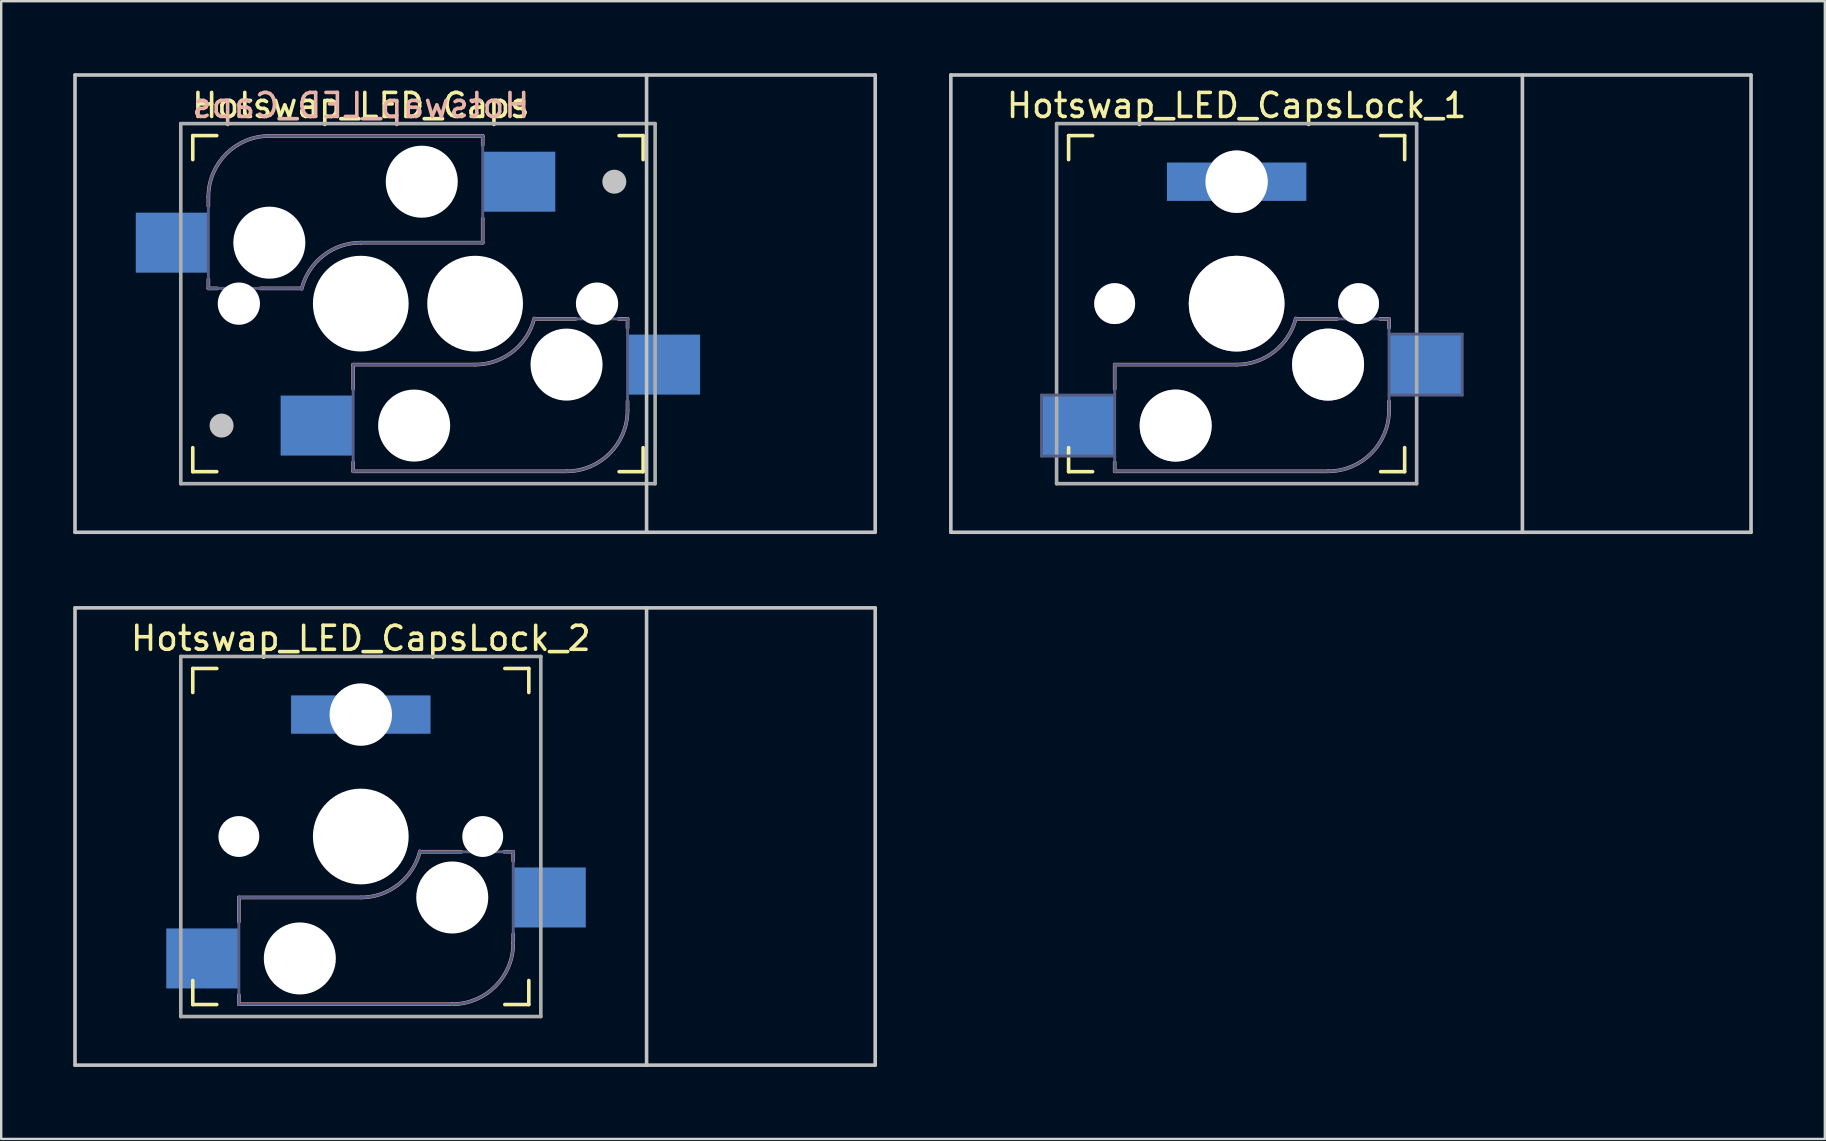
<source format=kicad_pcb>
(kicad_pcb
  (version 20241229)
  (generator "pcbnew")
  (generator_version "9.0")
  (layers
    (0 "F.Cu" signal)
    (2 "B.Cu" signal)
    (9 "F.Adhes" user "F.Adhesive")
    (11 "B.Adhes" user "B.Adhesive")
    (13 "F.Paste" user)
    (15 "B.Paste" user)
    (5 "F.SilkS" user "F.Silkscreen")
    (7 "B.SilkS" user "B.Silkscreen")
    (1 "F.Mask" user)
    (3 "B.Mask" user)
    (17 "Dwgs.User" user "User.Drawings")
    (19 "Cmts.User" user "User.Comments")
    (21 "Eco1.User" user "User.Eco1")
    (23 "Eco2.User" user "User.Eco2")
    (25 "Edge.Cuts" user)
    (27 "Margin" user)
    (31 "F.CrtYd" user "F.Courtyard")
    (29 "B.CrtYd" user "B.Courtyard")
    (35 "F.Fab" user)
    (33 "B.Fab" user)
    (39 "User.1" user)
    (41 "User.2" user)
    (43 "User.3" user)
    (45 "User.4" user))
  (footprint "Hotswap_LED_Caps"
    (layer "F.Cu")
    (at 11.981 9.6)
    (property "Reference" "Hotswap_LED_Caps" (at 0 -8.255 0) (layer "F.SilkS") (effects (font (size 1 1) (thickness 0.15))))
    (attr through_hole)
    (fp_line (start -7 -6) (end -7 -7) (stroke (width 0.15) (type solid)) (layer "F.SilkS"))
    (fp_line (start -7 7) (end -7 6) (stroke (width 0.15) (type solid)) (layer "F.SilkS"))
    (fp_line (start -7 7) (end -6 7) (stroke (width 0.15) (type solid)) (layer "F.SilkS"))
    (fp_line (start -6 -7) (end -7 -7) (stroke (width 0.15) (type solid)) (layer "F.SilkS"))
    (fp_line (start 10.762 7) (end 11.762 7) (stroke (width 0.15) (type solid)) (layer "F.SilkS"))
    (fp_line (start 11.762 -7) (end 10.762 -7) (stroke (width 0.15) (type solid)) (layer "F.SilkS"))
    (fp_line (start 11.762 -7) (end 11.762 -6) (stroke (width 0.15) (type solid)) (layer "F.SilkS"))
    (fp_line (start 11.762 6) (end 11.762 7) (stroke (width 0.15) (type solid)) (layer "F.SilkS"))
    (fp_line (start -6.35 -4.445) (end -6.35 -4.064) (stroke (width 0.15) (type solid)) (layer "B.SilkS"))
    (fp_line (start -6.35 -1.016) (end -6.35 -0.635) (stroke (width 0.15) (type solid)) (layer "B.SilkS"))
    (fp_line (start -6.35 -0.635) (end -5.969 -0.635) (stroke (width 0.15) (type solid)) (layer "B.SilkS"))
    (fp_line (start -4.191 -0.635) (end -2.54 -0.635) (stroke (width 0.15) (type solid)) (layer "B.SilkS"))
    (fp_line (start -0.318 2.54) (end -0.318 3.556) (stroke (width 0.15) (type solid)) (layer "B.SilkS"))
    (fp_line (start -0.318 6.604) (end -0.318 6.985) (stroke (width 0.15) (type solid)) (layer "B.SilkS"))
    (fp_line (start -0.318 6.985) (end 8.572 6.985) (stroke (width 0.15) (type solid)) (layer "B.SilkS"))
    (fp_line (start 0 -2.54) (end 5.08 -2.54) (stroke (width 0.15) (type solid)) (layer "B.SilkS"))
    (fp_line (start 4.763 2.54) (end -0.318 2.54) (stroke (width 0.15) (type solid)) (layer "B.SilkS"))
    (fp_line (start 5.08 -6.985) (end -3.81 -6.985) (stroke (width 0.15) (type solid)) (layer "B.SilkS"))
    (fp_line (start 5.08 -6.604) (end 5.08 -6.985) (stroke (width 0.15) (type solid)) (layer "B.SilkS"))
    (fp_line (start 5.08 -2.54) (end 5.08 -3.556) (stroke (width 0.15) (type solid)) (layer "B.SilkS"))
    (fp_line (start 8.954 0.635) (end 7.303 0.635) (stroke (width 0.15) (type solid)) (layer "B.SilkS"))
    (fp_line (start 11.113 0.635) (end 10.732 0.635) (stroke (width 0.15) (type solid)) (layer "B.SilkS"))
    (fp_line (start 11.113 1.016) (end 11.113 0.635) (stroke (width 0.15) (type solid)) (layer "B.SilkS"))
    (fp_line (start 11.113 4.445) (end 11.113 4.064) (stroke (width 0.15) (type solid)) (layer "B.SilkS"))
    (fp_arc (start -6.35 -4.445) (mid -5.606051 -6.241051) (end -3.81 -6.985) (stroke (width 0.15) (type solid)) (layer "B.SilkS"))
    (fp_arc (start -2.464162 -0.61604) (mid -1.563147 -2.002042) (end 0 -2.54) (stroke (width 0.15) (type solid)) (layer "B.SilkS"))
    (fp_arc (start 7.226662 0.61604) (mid 6.325647 2.002042) (end 4.7625 2.54) (stroke (width 0.15) (type solid)) (layer "B.SilkS"))
    (fp_arc (start 11.1125 4.445) (mid 10.368551 6.241051) (end 8.5725 6.985) (stroke (width 0.15) (type solid)) (layer "B.SilkS"))
    (fp_line (start -11.906 9.525) (end -11.906 -9.525) (stroke (width 0.15) (type solid)) (layer "Dwgs.User"))
    (fp_line (start 11.906 -9.525) (end 11.906 9.525) (stroke (width 0.15) (type solid)) (layer "Dwgs.User"))
    (fp_line (start 21.431 -9.525) (end -11.906 -9.525) (stroke (width 0.15) (type solid)) (layer "Dwgs.User"))
    (fp_line (start 21.431 -9.525) (end 21.431 9.525) (stroke (width 0.15) (type solid)) (layer "Dwgs.User"))
    (fp_line (start 21.431 9.525) (end -11.906 9.525) (stroke (width 0.15) (type solid)) (layer "Dwgs.User"))
    (fp_line (start -6.9 6.9) (end -6.9 -6.9) (stroke (width 0.15) (type solid)) (layer "Eco2.User"))
    (fp_line (start -6.9 6.9) (end 6.9 6.9) (stroke (width 0.15) (type solid)) (layer "Eco2.User"))
    (fp_line (start -2.138 6.9) (end 11.662 6.9) (stroke (width 0.15) (type solid)) (layer "Eco2.User"))
    (fp_line (start 6.9 -6.9) (end -6.9 -6.9) (stroke (width 0.15) (type solid)) (layer "Eco2.User"))
    (fp_line (start 11.662 -6.9) (end -2.138 -6.9) (stroke (width 0.15) (type solid)) (layer "Eco2.User"))
    (fp_line (start 11.662 -6.9) (end 11.662 6.9) (stroke (width 0.15) (type solid)) (layer "Eco2.User"))
    (fp_line (start -6.35 -4.445) (end -6.35 -0.635) (stroke (width 0.12) (type solid)) (layer "B.Fab"))
    (fp_line (start -6.35 -0.635) (end -2.54 -0.635) (stroke (width 0.12) (type solid)) (layer "B.Fab"))
    (fp_line (start -0.318 2.54) (end -0.318 6.985) (stroke (width 0.12) (type solid)) (layer "B.Fab"))
    (fp_line (start -0.318 6.985) (end 8.572 6.985) (stroke (width 0.12) (type solid)) (layer "B.Fab"))
    (fp_line (start 0 -2.54) (end 5.08 -2.54) (stroke (width 0.12) (type solid)) (layer "B.Fab"))
    (fp_line (start 4.763 2.54) (end -0.318 2.54) (stroke (width 0.12) (type solid)) (layer "B.Fab"))
    (fp_line (start 5.08 -6.985) (end -3.81 -6.985) (stroke (width 0.12) (type solid)) (layer "B.Fab"))
    (fp_line (start 5.08 -2.54) (end 5.08 -6.985) (stroke (width 0.12) (type solid)) (layer "B.Fab"))
    (fp_line (start 11.113 0.635) (end 7.303 0.635) (stroke (width 0.12) (type solid)) (layer "B.Fab"))
    (fp_line (start 11.113 4.445) (end 11.113 0.635) (stroke (width 0.12) (type solid)) (layer "B.Fab"))
    (fp_arc (start -6.35 -4.445) (mid -5.606051 -6.241051) (end -3.81 -6.985) (stroke (width 0.12) (type solid)) (layer "B.Fab"))
    (fp_arc (start -2.464162 -0.61604) (mid -1.563147 -2.002042) (end 0 -2.54) (stroke (width 0.12) (type solid)) (layer "B.Fab"))
    (fp_arc (start 7.226662 0.61604) (mid 6.325647 2.002042) (end 4.7625 2.54) (stroke (width 0.12) (type solid)) (layer "B.Fab"))
    (fp_arc (start 11.1125 4.445) (mid 10.368551 6.241051) (end 8.5725 6.985) (stroke (width 0.12) (type solid)) (layer "B.Fab"))
    (fp_line (start -7.5 -7.5) (end 12.262 -7.5) (stroke (width 0.15) (type solid)) (layer "F.Fab"))
    (fp_line (start -7.5 7.5) (end -7.5 -7.5) (stroke (width 0.15) (type solid)) (layer "F.Fab"))
    (fp_line (start 12.262 -7.5) (end 12.262 7.5) (stroke (width 0.15) (type solid)) (layer "F.Fab"))
    (fp_line (start 12.262 7.5) (end -7.5 7.5) (stroke (width 0.15) (type solid)) (layer "F.Fab"))
    (fp_text user "${REFERENCE}" (at 0 -8.255 0) (layer "B.SilkS") (effects (font (size 1 1) (thickness 0.15)) (justify mirror)))
    (pad "" smd circle (at -5.8 5.08 90) (size 1 1) (layers "Dwgs.User"))
    (pad "" np_thru_hole circle (at -5.08 0 180) (size 1.76 1.76) (drill 1.76) (layers "*.Cu" "*.Mask"))
    (pad "" np_thru_hole circle (at -3.81 -2.54 180) (size 3 3) (drill 3) (layers "*.Cu" "*.Mask"))
    (pad "" np_thru_hole circle (at 0 0 180) (size 3.988 3.988) (drill 3.988) (layers "*.Cu" "*.Mask"))
    (pad "" np_thru_hole circle (at 2.223 5.08) (size 3 3) (drill 3) (layers "*.Cu" "*.Mask"))
    (pad "" np_thru_hole circle (at 2.54 -5.08 180) (size 3 3) (drill 3) (layers "*.Cu" "*.Mask"))
    (pad "" np_thru_hole circle (at 4.763 0) (size 3.988 3.988) (drill 3.988) (layers "*.Cu" "*.Mask"))
    (pad "" np_thru_hole circle (at 8.572 2.54) (size 3 3) (drill 3) (layers "*.Cu" "*.Mask"))
    (pad "" np_thru_hole circle (at 9.842 0) (size 1.76 1.76) (drill 1.76) (layers "*.Cu" "*.Mask"))
    (pad "" smd circle (at 10.562 -5.08 90) (size 1 1) (layers "Dwgs.User"))
    (pad "1" smd rect (at -7.874 -2.54 180) (size 3 2.5) (layers "B.Cu" "B.Mask" "B.Paste"))
    (pad "1" smd rect (at -1.841 5.08) (size 3 2.5) (layers "B.Cu" "B.Mask" "B.Paste"))
    (pad "2" smd rect (at 6.604 -5.08 180) (size 3 2.5) (layers "B.Cu" "B.Mask" "B.Paste"))
    (pad "2" smd rect (at 12.636 2.54) (size 3 2.5) (layers "B.Cu" "B.Mask" "B.Paste")))
  (footprint "Hotswap_LED_CapsLock_2"
    (layer "F.Cu")
    (at 11.981 31.8)
    (property "Reference" "Hotswap_LED_CapsLock_2" (at 0 -8.255 0) (layer "F.SilkS") (effects (font (size 1 1) (thickness 0.15))))
    (attr through_hole)
    (fp_line (start -7 -6) (end -7 -7) (stroke (width 0.15) (type solid)) (layer "F.SilkS"))
    (fp_line (start -7 7) (end -7 6) (stroke (width 0.15) (type solid)) (layer "F.SilkS"))
    (fp_line (start -7 7) (end -6 7) (stroke (width 0.15) (type solid)) (layer "F.SilkS"))
    (fp_line (start -6 -7) (end -7 -7) (stroke (width 0.15) (type solid)) (layer "F.SilkS"))
    (fp_line (start 6 7) (end 7 7) (stroke (width 0.15) (type solid)) (layer "F.SilkS"))
    (fp_line (start 7 -7) (end 6 -7) (stroke (width 0.15) (type solid)) (layer "F.SilkS"))
    (fp_line (start 7 -7) (end 7 -6) (stroke (width 0.15) (type solid)) (layer "F.SilkS"))
    (fp_line (start 7 6) (end 7 7) (stroke (width 0.15) (type solid)) (layer "F.SilkS"))
    (fp_line (start -5.08 2.54) (end -5.08 3.556) (stroke (width 0.15) (type solid)) (layer "B.SilkS"))
    (fp_line (start -5.08 6.604) (end -5.08 6.985) (stroke (width 0.15) (type solid)) (layer "B.SilkS"))
    (fp_line (start -5.08 6.985) (end 3.81 6.985) (stroke (width 0.15) (type solid)) (layer "B.SilkS"))
    (fp_line (start 0 2.54) (end -5.08 2.54) (stroke (width 0.15) (type solid)) (layer "B.SilkS"))
    (fp_line (start 4.191 0.635) (end 2.54 0.635) (stroke (width 0.15) (type solid)) (layer "B.SilkS"))
    (fp_line (start 6.35 0.635) (end 5.969 0.635) (stroke (width 0.15) (type solid)) (layer "B.SilkS"))
    (fp_line (start 6.35 1.016) (end 6.35 0.635) (stroke (width 0.15) (type solid)) (layer "B.SilkS"))
    (fp_line (start 6.35 4.445) (end 6.35 4.064) (stroke (width 0.15) (type solid)) (layer "B.SilkS"))
    (fp_arc (start 2.464162 0.61604) (mid 1.563147 2.002042) (end 0 2.54) (stroke (width 0.15) (type solid)) (layer "B.SilkS"))
    (fp_arc (start 6.35 4.445) (mid 5.606051 6.241051) (end 3.81 6.985) (stroke (width 0.15) (type solid)) (layer "B.SilkS"))
    (fp_line (start -11.906 -9.525) (end 21.431 -9.525) (stroke (width 0.15) (type solid)) (layer "Dwgs.User"))
    (fp_line (start -11.906 9.525) (end -11.906 -9.525) (stroke (width 0.15) (type solid)) (layer "Dwgs.User"))
    (fp_line (start -11.906 9.525) (end 21.431 9.525) (stroke (width 0.15) (type solid)) (layer "Dwgs.User"))
    (fp_line (start 11.906 -9.525) (end 11.906 9.525) (stroke (width 0.15) (type solid)) (layer "Dwgs.User"))
    (fp_line (start 21.431 -9.525) (end 21.431 9.525) (stroke (width 0.15) (type solid)) (layer "Dwgs.User"))
    (fp_line (start -6.9 6.9) (end -6.9 -6.9) (stroke (width 0.15) (type solid)) (layer "Eco2.User"))
    (fp_line (start -6.9 6.9) (end 6.9 6.9) (stroke (width 0.15) (type solid)) (layer "Eco2.User"))
    (fp_line (start 6.9 -6.9) (end -6.9 -6.9) (stroke (width 0.15) (type solid)) (layer "Eco2.User"))
    (fp_line (start 6.9 -6.9) (end 6.9 6.9) (stroke (width 0.15) (type solid)) (layer "Eco2.User"))
    (fp_line (start -5.08 2.54) (end -5.08 6.985) (stroke (width 0.12) (type solid)) (layer "B.Fab"))
    (fp_line (start -5.08 6.985) (end 3.81 6.985) (stroke (width 0.12) (type solid)) (layer "B.Fab"))
    (fp_line (start 0 2.54) (end -5.08 2.54) (stroke (width 0.12) (type solid)) (layer "B.Fab"))
    (fp_line (start 6.35 0.635) (end 2.54 0.635) (stroke (width 0.12) (type solid)) (layer "B.Fab"))
    (fp_line (start 6.35 4.445) (end 6.35 0.635) (stroke (width 0.12) (type solid)) (layer "B.Fab"))
    (fp_arc (start 2.464162 0.61604) (mid 1.563147 2.002042) (end 0 2.54) (stroke (width 0.12) (type solid)) (layer "B.Fab"))
    (fp_arc (start 6.35 4.445) (mid 5.606051 6.241051) (end 3.81 6.985) (stroke (width 0.12) (type solid)) (layer "B.Fab"))
    (fp_line (start -7.5 -7.5) (end 7.5 -7.5) (stroke (width 0.15) (type solid)) (layer "F.Fab"))
    (fp_line (start -7.5 7.5) (end -7.5 -7.5) (stroke (width 0.15) (type solid)) (layer "F.Fab"))
    (fp_line (start 7.5 -7.5) (end 7.5 7.5) (stroke (width 0.15) (type solid)) (layer "F.Fab"))
    (fp_line (start 7.5 7.5) (end -7.5 7.5) (stroke (width 0.15) (type solid)) (layer "F.Fab"))
    (pad "" np_thru_hole circle (at -5.08 0) (size 1.702 1.702) (drill 1.702) (layers "*.Cu" "*.Mask"))
    (pad "" np_thru_hole circle (at -2.54 5.08) (size 3 3) (drill 3) (layers "*.Cu" "*.Mask"))
    (pad "" np_thru_hole circle (at 0 -5.08) (size 2.6 2.6) (drill 2.6) (layers "*.Cu" "*.Mask"))
    (pad "" np_thru_hole circle (at 0 0) (size 3.988 3.988) (drill 3.988) (layers "*.Cu" "*.Mask"))
    (pad "" np_thru_hole circle (at 3.81 2.54) (size 3 3) (drill 3) (layers "*.Cu" "*.Mask"))
    (pad "" np_thru_hole circle (at 5.08 0) (size 1.702 1.702) (drill 1.702) (layers "*.Cu" "*.Mask"))
    (pad "1" smd rect (at -6.604 5.08) (size 3 2.5) (layers "B.Cu" "B.Mask"))
    (pad "2" smd rect (at 7.874 2.54) (size 3 2.5) (layers "B.Cu" "B.Mask"))
    (pad "A" smd rect (at 1.905 -5.08) (size 2 1.598) (layers "B.Cu" "B.Mask"))
    (pad "K" smd rect (at -1.905 -5.08) (size 2 1.598) (layers "B.Cu" "B.Mask")))
  (footprint "Hotswap_LED_CapsLock_1"
    (layer "F.Cu")
    (at 48.469 9.6)
    (property "Reference" "Hotswap_LED_CapsLock_1" (at 0 -8.255 0) (layer "F.SilkS") (effects (font (size 1 1) (thickness 0.15))))
    (attr through_hole)
    (fp_line (start -7 -6) (end -7 -7) (stroke (width 0.15) (type solid)) (layer "F.SilkS"))
    (fp_line (start -7 7) (end -7 6) (stroke (width 0.15) (type solid)) (layer "F.SilkS"))
    (fp_line (start -7 7) (end -6 7) (stroke (width 0.15) (type solid)) (layer "F.SilkS"))
    (fp_line (start -6 -7) (end -7 -7) (stroke (width 0.15) (type solid)) (layer "F.SilkS"))
    (fp_line (start 6 7) (end 7 7) (stroke (width 0.15) (type solid)) (layer "F.SilkS"))
    (fp_line (start 7 -7) (end 6 -7) (stroke (width 0.15) (type solid)) (layer "F.SilkS"))
    (fp_line (start 7 -7) (end 7 -6) (stroke (width 0.15) (type solid)) (layer "F.SilkS"))
    (fp_line (start 7 6) (end 7 7) (stroke (width 0.15) (type solid)) (layer "F.SilkS"))
    (fp_line (start -5.08 2.54) (end -5.08 3.556) (stroke (width 0.15) (type solid)) (layer "B.SilkS"))
    (fp_line (start -5.08 6.604) (end -5.08 6.985) (stroke (width 0.15) (type solid)) (layer "B.SilkS"))
    (fp_line (start -5.08 6.985) (end 3.81 6.985) (stroke (width 0.15) (type solid)) (layer "B.SilkS"))
    (fp_line (start 0 2.54) (end -5.08 2.54) (stroke (width 0.15) (type solid)) (layer "B.SilkS"))
    (fp_line (start 4.191 0.635) (end 2.54 0.635) (stroke (width 0.15) (type solid)) (layer "B.SilkS"))
    (fp_line (start 6.35 0.635) (end 5.969 0.635) (stroke (width 0.15) (type solid)) (layer "B.SilkS"))
    (fp_line (start 6.35 1.016) (end 6.35 0.635) (stroke (width 0.15) (type solid)) (layer "B.SilkS"))
    (fp_line (start 6.35 4.445) (end 6.35 4.064) (stroke (width 0.15) (type solid)) (layer "B.SilkS"))
    (fp_arc (start 2.464162 0.61604) (mid 1.563147 2.002042) (end 0 2.54) (stroke (width 0.15) (type solid)) (layer "B.SilkS"))
    (fp_arc (start 6.35 4.445) (mid 5.606051 6.241051) (end 3.81 6.985) (stroke (width 0.15) (type solid)) (layer "B.SilkS"))
    (fp_line (start -11.906 -9.525) (end 21.431 -9.525) (stroke (width 0.15) (type solid)) (layer "Dwgs.User"))
    (fp_line (start -11.906 9.525) (end -11.906 -9.525) (stroke (width 0.15) (type solid)) (layer "Dwgs.User"))
    (fp_line (start -11.906 9.525) (end 21.431 9.525) (stroke (width 0.15) (type solid)) (layer "Dwgs.User"))
    (fp_line (start 11.906 -9.525) (end 11.906 9.525) (stroke (width 0.15) (type solid)) (layer "Dwgs.User"))
    (fp_line (start 21.431 -9.525) (end 21.431 9.525) (stroke (width 0.15) (type solid)) (layer "Dwgs.User"))
    (fp_line (start -6.9 6.9) (end -6.9 -6.9) (stroke (width 0.15) (type solid)) (layer "Eco2.User"))
    (fp_line (start -6.9 6.9) (end 6.9 6.9) (stroke (width 0.15) (type solid)) (layer "Eco2.User"))
    (fp_line (start 6.9 -6.9) (end -6.9 -6.9) (stroke (width 0.15) (type solid)) (layer "Eco2.User"))
    (fp_line (start 6.9 -6.9) (end 6.9 6.9) (stroke (width 0.15) (type solid)) (layer "Eco2.User"))
    (fp_line (start -8.128 3.81) (end -8.128 6.35) (stroke (width 0.12) (type solid)) (layer "B.Fab"))
    (fp_line (start -8.128 6.35) (end -5.08 6.35) (stroke (width 0.12) (type solid)) (layer "B.Fab"))
    (fp_line (start -5.08 2.54) (end -5.08 6.985) (stroke (width 0.12) (type solid)) (layer "B.Fab"))
    (fp_line (start -5.08 3.81) (end -8.128 3.81) (stroke (width 0.12) (type solid)) (layer "B.Fab"))
    (fp_line (start -5.08 6.985) (end 3.81 6.985) (stroke (width 0.12) (type solid)) (layer "B.Fab"))
    (fp_line (start 0 2.54) (end -5.08 2.54) (stroke (width 0.12) (type solid)) (layer "B.Fab"))
    (fp_line (start 6.35 0.635) (end 2.54 0.635) (stroke (width 0.12) (type solid)) (layer "B.Fab"))
    (fp_line (start 6.35 3.81) (end 9.398 3.81) (stroke (width 0.12) (type solid)) (layer "B.Fab"))
    (fp_line (start 6.35 4.445) (end 6.35 0.635) (stroke (width 0.12) (type solid)) (layer "B.Fab"))
    (fp_line (start 9.398 1.27) (end 6.35 1.27) (stroke (width 0.12) (type solid)) (layer "B.Fab"))
    (fp_line (start 9.398 3.81) (end 9.398 1.27) (stroke (width 0.12) (type solid)) (layer "B.Fab"))
    (fp_arc (start 2.464162 0.61604) (mid 1.563147 2.002042) (end 0 2.54) (stroke (width 0.12) (type solid)) (layer "B.Fab"))
    (fp_arc (start 6.35 4.445) (mid 5.606051 6.241051) (end 3.81 6.985) (stroke (width 0.12) (type solid)) (layer "B.Fab"))
    (fp_line (start -7.5 -7.5) (end 7.5 -7.5) (stroke (width 0.15) (type solid)) (layer "F.Fab"))
    (fp_line (start -7.5 7.5) (end -7.5 -7.5) (stroke (width 0.15) (type solid)) (layer "F.Fab"))
    (fp_line (start 7.5 -7.5) (end 7.5 7.5) (stroke (width 0.15) (type solid)) (layer "F.Fab"))
    (fp_line (start 7.5 7.5) (end -7.5 7.5) (stroke (width 0.15) (type solid)) (layer "F.Fab"))
    (pad "" thru_hole circle (at -5.08 0) (size 1.702 1.702) (drill 1.702) (layers "*.Cu" "*.Mask"))
    (pad "" thru_hole circle (at -2.54 5.08) (size 3 3) (drill 3) (layers "*.Cu" "*.Mask"))
    (pad "" thru_hole circle (at 0 -5.08) (size 2.6 2.6) (drill 2.6) (layers "*.Cu" "*.Mask"))
    (pad "" thru_hole circle (at 0 0) (size 3.988 3.988) (drill 3.988) (layers "*.Cu" "*.Mask"))
    (pad "" thru_hole circle (at 3.81 2.54) (size 3 3) (drill 3) (layers "*.Cu" "*.Mask"))
    (pad "" thru_hole circle (at 5.08 0) (size 1.702 1.702) (drill 1.702) (layers "*.Cu" "*.Mask"))
    (pad "1" smd rect (at -6.604 5.08) (size 3 2.5) (layers "B.Cu"))
    (pad "2" smd rect (at 7.874 2.54) (size 3 2.5) (layers "B.Cu"))
    (pad "A" smd rect (at 1.905 -5.08) (size 2 1.598) (layers "B.Cu"))
    (pad "K" smd rect (at -1.905 -5.08) (size 2 1.598) (layers "B.Cu")))
  (gr_rect
    (start -3 -3)
    (end 72.975 44.4)
    (stroke (width 0.1) (type default))
    (fill no)
    (layer "Edge.Cuts")))
</source>
